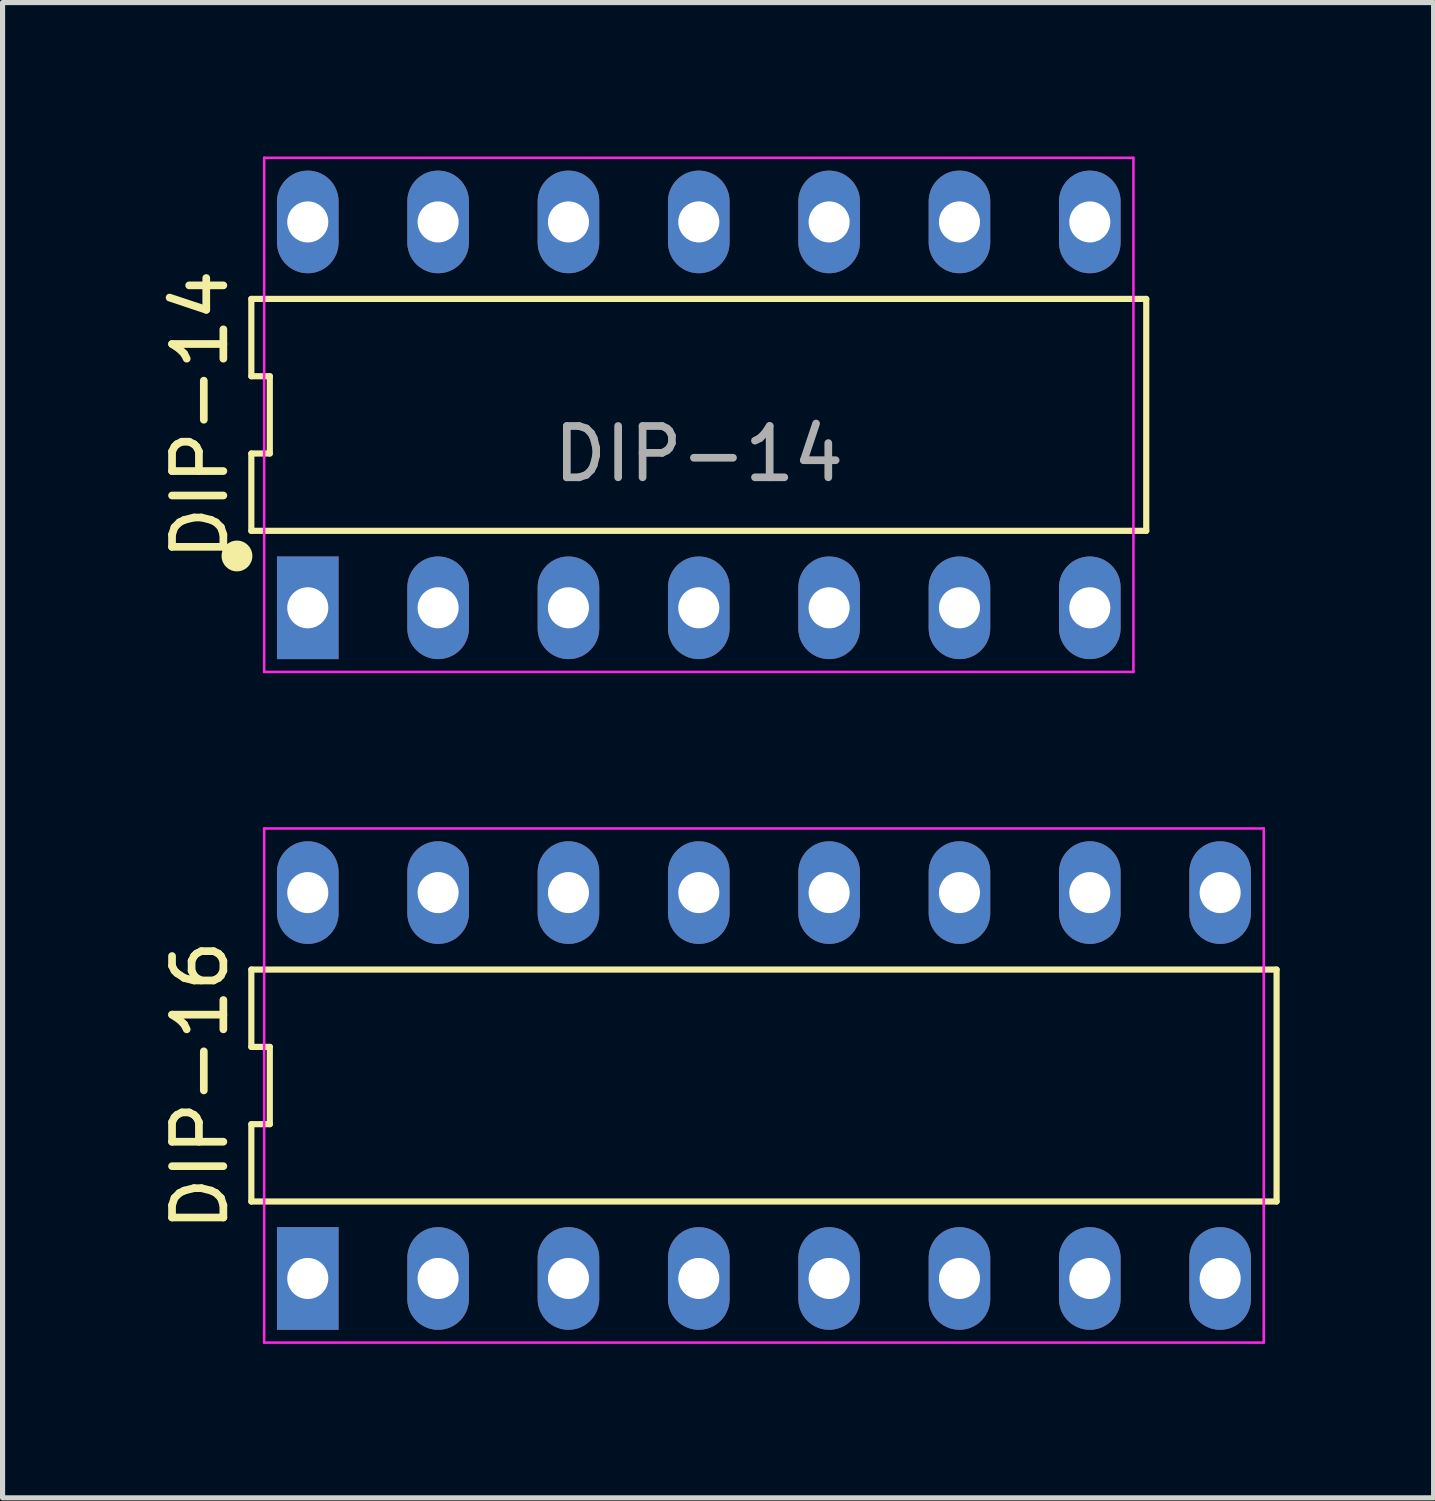
<source format=kicad_pcb>
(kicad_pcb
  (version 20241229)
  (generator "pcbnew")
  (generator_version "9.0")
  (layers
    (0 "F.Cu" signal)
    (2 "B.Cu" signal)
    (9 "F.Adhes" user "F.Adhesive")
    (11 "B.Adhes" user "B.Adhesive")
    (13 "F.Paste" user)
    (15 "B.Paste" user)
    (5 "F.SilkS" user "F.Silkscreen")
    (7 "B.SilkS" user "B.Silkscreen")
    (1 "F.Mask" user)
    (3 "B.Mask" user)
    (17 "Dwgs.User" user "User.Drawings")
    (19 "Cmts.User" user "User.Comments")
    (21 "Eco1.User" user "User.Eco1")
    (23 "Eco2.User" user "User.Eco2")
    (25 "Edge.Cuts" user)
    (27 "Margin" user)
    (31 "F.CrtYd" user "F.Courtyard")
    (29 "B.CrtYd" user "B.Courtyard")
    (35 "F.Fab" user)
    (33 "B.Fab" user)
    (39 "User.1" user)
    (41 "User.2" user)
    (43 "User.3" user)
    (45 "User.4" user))
  (footprint "DIP-16"
    (layer "F.Cu")
    (at 11.838 18.105)
    (property "Reference" "DIP-16" (at -10.99 0 90) (unlocked yes) (layer "F.SilkS") (effects (font (size 1 1) (thickness 0.15))))
    (attr through_hole)
    (fp_line (start -9.99 -2.26) (end -9.99 -0.753) (stroke (width 0.12) (type default)) (layer "F.SilkS"))
    (fp_line (start -9.99 -0.753) (end -9.63 -0.753) (stroke (width 0.12) (type default)) (layer "F.SilkS"))
    (fp_line (start -9.99 0.753) (end -9.99 2.26) (stroke (width 0.12) (type default)) (layer "F.SilkS"))
    (fp_line (start -9.99 2.26) (end 9.99 2.26) (stroke (width 0.12) (type default)) (layer "F.SilkS"))
    (fp_line (start -9.63 -0.753) (end -9.63 0.753) (stroke (width 0.12) (type default)) (layer "F.SilkS"))
    (fp_line (start -9.63 0.753) (end -9.99 0.753) (stroke (width 0.12) (type default)) (layer "F.SilkS"))
    (fp_line (start 9.99 -2.26) (end -9.99 -2.26) (stroke (width 0.12) (type default)) (layer "F.SilkS"))
    (fp_line (start 9.99 2.26) (end 9.99 -2.26) (stroke (width 0.12) (type default)) (layer "F.SilkS"))
    (fp_line (start -9.74 -5.01) (end 9.74 -5.01) (stroke (width 0.05) (type default)) (layer "F.CrtYd"))
    (fp_line (start -9.74 5.01) (end -9.74 -5.01) (stroke (width 0.05) (type default)) (layer "F.CrtYd"))
    (fp_line (start 9.74 -5.01) (end 9.74 5.01) (stroke (width 0.05) (type default)) (layer "F.CrtYd"))
    (fp_line (start 9.74 5.01) (end -9.74 5.01) (stroke (width 0.05) (type default)) (layer "F.CrtYd"))
    (pad "1" thru_hole rect (at -8.89 3.76) (size 1.2 2) (drill 0.8) (layers "*.Cu" "*.Mask"))
    (pad "2" thru_hole oval (at -6.35 3.76) (size 1.2 2) (drill 0.8) (layers "*.Cu" "*.Mask"))
    (pad "3" thru_hole oval (at -3.81 3.76) (size 1.2 2) (drill 0.8) (layers "*.Cu" "*.Mask"))
    (pad "4" thru_hole oval (at -1.27 3.76) (size 1.2 2) (drill 0.8) (layers "*.Cu" "*.Mask"))
    (pad "5" thru_hole oval (at 1.27 3.76) (size 1.2 2) (drill 0.8) (layers "*.Cu" "*.Mask"))
    (pad "6" thru_hole oval (at 3.81 3.76) (size 1.2 2) (drill 0.8) (layers "*.Cu" "*.Mask"))
    (pad "7" thru_hole oval (at 6.35 3.76) (size 1.2 2) (drill 0.8) (layers "*.Cu" "*.Mask"))
    (pad "8" thru_hole oval (at 8.89 3.76) (size 1.2 2) (drill 0.8) (layers "*.Cu" "*.Mask"))
    (pad "9" thru_hole oval (at 8.89 -3.76) (size 1.2 2) (drill 0.8) (layers "*.Cu" "*.Mask"))
    (pad "10" thru_hole oval (at 6.35 -3.76) (size 1.2 2) (drill 0.8) (layers "*.Cu" "*.Mask"))
    (pad "11" thru_hole oval (at 3.81 -3.76) (size 1.2 2) (drill 0.8) (layers "*.Cu" "*.Mask"))
    (pad "12" thru_hole oval (at 1.27 -3.76) (size 1.2 2) (drill 0.8) (layers "*.Cu" "*.Mask"))
    (pad "13" thru_hole oval (at -1.27 -3.76) (size 1.2 2) (drill 0.8) (layers "*.Cu" "*.Mask"))
    (pad "14" thru_hole oval (at -3.81 -3.76) (size 1.2 2) (drill 0.8) (layers "*.Cu" "*.Mask"))
    (pad "15" thru_hole oval (at -6.35 -3.76) (size 1.2 2) (drill 0.8) (layers "*.Cu" "*.Mask"))
    (pad "16" thru_hole oval (at -8.89 -3.76) (size 1.2 2) (drill 0.8) (layers "*.Cu" "*.Mask")))
  (footprint "DIP-14"
    (layer "F.Cu")
    (at 10.568 5.035)
    (property "Reference" "DIP-14" (at -9.72 0 90) (unlocked yes) (layer "F.SilkS") (effects (font (size 1 1) (thickness 0.15))))
    (attr through_hole)
    (fp_line (start -8.72 -2.26) (end -8.72 -0.753) (stroke (width 0.12) (type default)) (layer "F.SilkS"))
    (fp_line (start -8.72 -0.753) (end -8.36 -0.753) (stroke (width 0.12) (type default)) (layer "F.SilkS"))
    (fp_line (start -8.72 0.753) (end -8.72 2.26) (stroke (width 0.12) (type default)) (layer "F.SilkS"))
    (fp_line (start -8.72 2.26) (end 8.72 2.26) (stroke (width 0.12) (type default)) (layer "F.SilkS"))
    (fp_line (start -8.36 -0.753) (end -8.36 0.753) (stroke (width 0.12) (type default)) (layer "F.SilkS"))
    (fp_line (start -8.36 0.753) (end -8.72 0.753) (stroke (width 0.12) (type default)) (layer "F.SilkS"))
    (fp_line (start 8.72 -2.26) (end -8.72 -2.26) (stroke (width 0.12) (type default)) (layer "F.SilkS"))
    (fp_line (start 8.72 2.26) (end 8.72 -2.26) (stroke (width 0.12) (type default)) (layer "F.SilkS"))
    (fp_circle (center -9 2.75) (end -8.75 2.75) (stroke (width 0.1) (type solid)) (fill yes) (layer "F.SilkS"))
    (fp_line (start -8.47 -5.01) (end 8.47 -5.01) (stroke (width 0.05) (type default)) (layer "F.CrtYd"))
    (fp_line (start -8.47 5.01) (end -8.47 -5.01) (stroke (width 0.05) (type default)) (layer "F.CrtYd"))
    (fp_line (start 8.47 -5.01) (end 8.47 5.01) (stroke (width 0.05) (type default)) (layer "F.CrtYd"))
    (fp_line (start 8.47 5.01) (end -8.47 5.01) (stroke (width 0.05) (type default)) (layer "F.CrtYd"))
    (fp_text user "${REFERENCE}" (at 0 0.762 0) (unlocked yes) (layer "F.Fab") (effects (font (size 1 1) (thickness 0.15))))
    (pad "2" thru_hole oval (at -5.08 3.76) (size 1.2 2) (drill 0.8) (layers "*.Cu" "*.Mask"))
    (pad "3" thru_hole oval (at -2.54 3.76) (size 1.2 2) (drill 0.8) (layers "*.Cu" "*.Mask"))
    (pad "4" thru_hole oval (at 0 3.76) (size 1.2 2) (drill 0.8) (layers "*.Cu" "*.Mask"))
    (pad "5" thru_hole oval (at 2.54 3.76) (size 1.2 2) (drill 0.8) (layers "*.Cu" "*.Mask"))
    (pad "6" thru_hole oval (at 5.08 3.76) (size 1.2 2) (drill 0.8) (layers "*.Cu" "*.Mask"))
    (pad "7" thru_hole oval (at 7.62 3.76) (size 1.2 2) (drill 0.8) (layers "*.Cu" "*.Mask"))
    (pad "8" thru_hole oval (at 7.62 -3.76) (size 1.2 2) (drill 0.8) (layers "*.Cu" "*.Mask"))
    (pad "9" thru_hole oval (at 5.08 -3.76) (size 1.2 2) (drill 0.8) (layers "*.Cu" "*.Mask"))
    (pad "10" thru_hole oval (at 2.54 -3.76) (size 1.2 2) (drill 0.8) (layers "*.Cu" "*.Mask"))
    (pad "11" thru_hole oval (at 0 -3.76) (size 1.2 2) (drill 0.8) (layers "*.Cu" "*.Mask"))
    (pad "12" thru_hole oval (at -2.54 -3.76) (size 1.2 2) (drill 0.8) (layers "*.Cu" "*.Mask"))
    (pad "13" thru_hole oval (at -5.08 -3.76) (size 1.2 2) (drill 0.8) (layers "*.Cu" "*.Mask"))
    (pad "14" thru_hole oval (at -7.62 -3.76) (size 1.2 2) (drill 0.8) (layers "*.Cu" "*.Mask"))
    (pad "ed" thru_hole rect (at -7.62 3.76) (size 1.2 2) (drill 0.8) (layers "*.Cu" "*.Mask")))
  (gr_rect
    (start -3 -3)
    (end 24.888 26.14)
    (stroke (width 0.1) (type default))
    (fill no)
    (layer "Edge.Cuts")))
</source>
